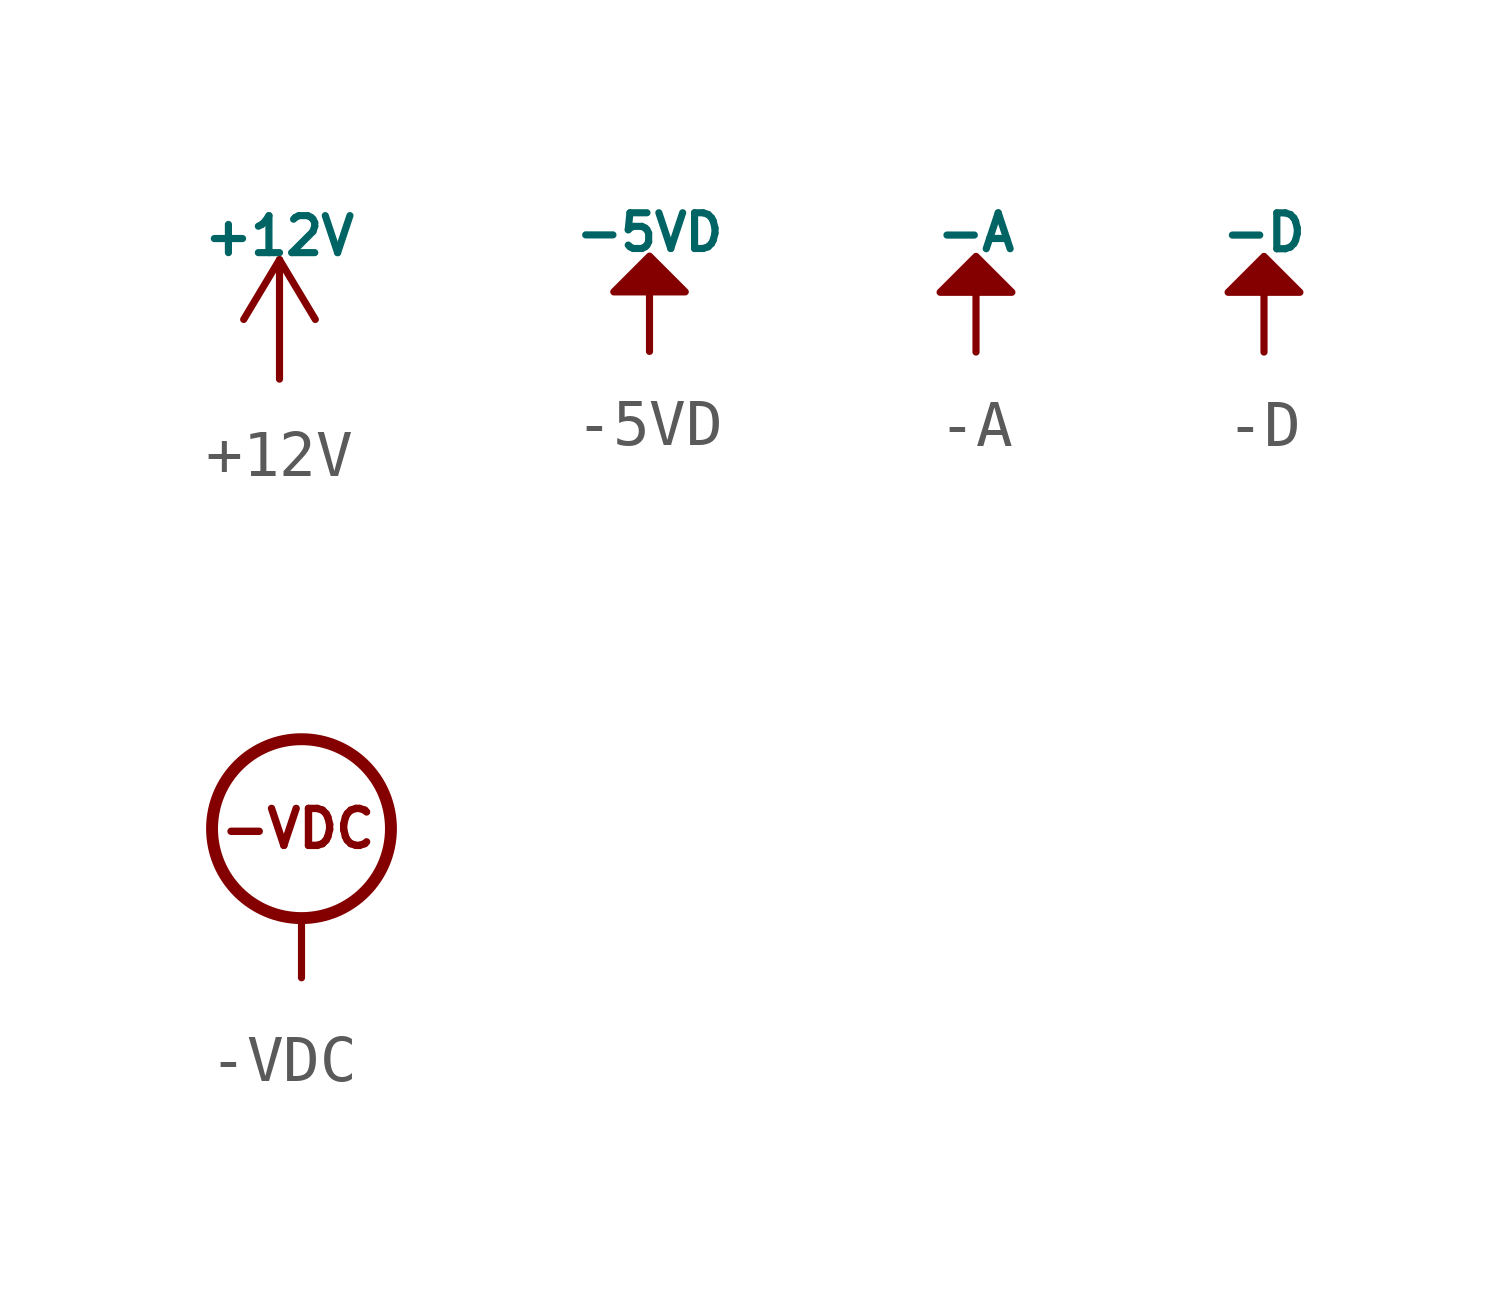
<source format=kicad_sym>
(kicad_symbol_lib
  (version 20220914)
  (generator kicad_symbol_editor)
  (symbol "+12V"
    (power)
    (pin_numbers hide)
    (pin_names
      (offset 0) hide)
    (property "Reference" "#PWR"
      (at 0.254 -1.27 0)
      (effects (font (size 1.27 1.27)) hide))
    (property "Value" "+12V"
      (at 0 3.048 0)
      (effects (font (size 0.787 0.787))))
    (symbol "+12V_0_1"
      (polyline (pts (xy -0.762 1.27) (xy 0 2.54)) (stroke (width 0) (type solid)) (fill (type none)))
      (polyline (pts (xy 0 0) (xy 0 2.54)) (stroke (width 0) (type solid)) (fill (type none)))
      (polyline (pts (xy 0 2.54) (xy 0.762 1.27)) (stroke (width 0) (type solid)) (fill (type none))))
    (symbol "+12V_1_1"
      (pin power_in line (at 0 0 90) (length 0) hide (name "+12V" (effects (font (size 1.27 1.27)))) (number "1" (effects (font (size 1.27 1.27)))))))
  (symbol "-5VD"
    (power)
    (pin_numbers hide)
    (pin_names
      (offset 0))
    (property "Reference" "#PWR"
      (at 0 -1.27 0)
      (effects (font (size 0.508 0.508)) hide))
    (property "Value" "-5VD"
      (at 0 2.54 0)
      (effects (font (size 0.762 0.762))))
    (symbol "-5VD_0_0"
      (pin power_in line (at 0 0 90) (length 0) hide (name "+5VD" (effects (font (size 0.762 0.762)))) (number "1" (effects (font (size 0.508 0.508))))))
    (symbol "-5VD_0_1"
      (polyline (pts (xy 0 0) (xy 0 1.27) (xy 0 1.27)) (stroke (width 0) (type solid)) (fill (type none)))
      (polyline (pts (xy 0 2.032) (xy 0.762 1.27) (xy -0.508 1.27) (xy -0.762 1.27) (xy 0 2.032) (xy 0 2.032) (xy 0 2.032)) (stroke (width 0) (type solid)) (fill (type outline)))))
  (symbol "-A"
    (power)
    (pin_numbers hide)
    (pin_names
      (offset 0))
    (property "Reference" "#PWR"
      (at 0 -1.27 0)
      (effects (font (size 0.508 0.508)) hide))
    (property "Value" "-A"
      (at 0 2.54 0)
      (effects (font (size 0.762 0.762))))
    (symbol "-A_0_0"
      (pin power_in line (at 0 0 90) (length 0) hide (name "+5VD" (effects (font (size 0.762 0.762)))) (number "1" (effects (font (size 0.508 0.508))))))
    (symbol "-A_0_1"
      (polyline (pts (xy 0 0) (xy 0 1.27) (xy 0 1.27)) (stroke (width 0) (type solid)) (fill (type none)))
      (polyline (pts (xy 0 2.032) (xy 0.762 1.27) (xy -0.508 1.27) (xy -0.762 1.27) (xy 0 2.032) (xy 0 2.032) (xy 0 2.032)) (stroke (width 0) (type solid)) (fill (type outline)))))
  (symbol "-D"
    (power)
    (pin_numbers hide)
    (pin_names
      (offset 0))
    (property "Reference" "#PWR"
      (at 0 -1.27 0)
      (effects (font (size 0.508 0.508)) hide))
    (property "Value" "-D"
      (at 0 2.54 0)
      (effects (font (size 0.762 0.762))))
    (symbol "-D_0_0"
      (pin power_in line (at 0 0 90) (length 0) hide (name "+5VD" (effects (font (size 0.762 0.762)))) (number "1" (effects (font (size 0.508 0.508))))))
    (symbol "-D_0_1"
      (polyline (pts (xy 0 0) (xy 0 1.27) (xy 0 1.27)) (stroke (width 0) (type solid)) (fill (type none)))
      (polyline (pts (xy 0 2.032) (xy 0.762 1.27) (xy -0.508 1.27) (xy -0.762 1.27) (xy 0 2.032) (xy 0 2.032) (xy 0 2.032)) (stroke (width 0) (type solid)) (fill (type outline)))))
  (symbol "-VDC "
    (power)
    (pin_numbers hide)
    (pin_names
      (offset 0) hide)
    (property "Reference" "#PWR"
      (at 0 3.175 0)
      (effects (font (size 0.787 0.787)) hide))
    (symbol "-VDC _0_0"
      (text "-VDC" (at -0.076 0.635 0) (effects (font (size 0.787 0.787) bold))))
    (symbol "-VDC _0_1"
      (polyline (pts (xy 0 -2.54) (xy 0 -1.27)) (stroke (width 0) (type solid)) (fill (type none)))
      (circle (center 0 0.635) (radius 1.905) (stroke (width 0.254) (type solid)) (fill (type none))))
    (symbol "-VDC _1_1"
      (pin power_in line (at 0 -2.54 90) (length 0) hide (name "+VDC" (effects (font (size 1.27 1.27)))) (number "1" (effects (font (size 1.27 1.27))))))))
</source>
